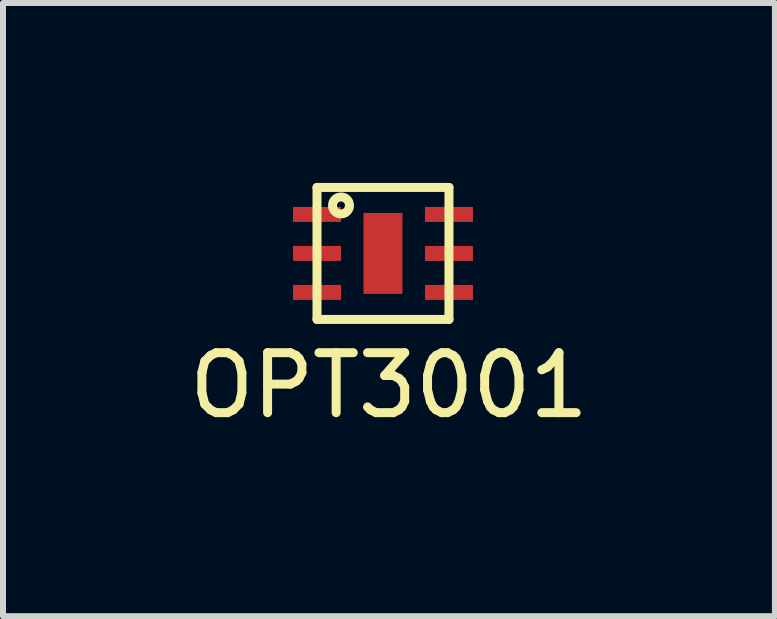
<source format=kicad_pcb>
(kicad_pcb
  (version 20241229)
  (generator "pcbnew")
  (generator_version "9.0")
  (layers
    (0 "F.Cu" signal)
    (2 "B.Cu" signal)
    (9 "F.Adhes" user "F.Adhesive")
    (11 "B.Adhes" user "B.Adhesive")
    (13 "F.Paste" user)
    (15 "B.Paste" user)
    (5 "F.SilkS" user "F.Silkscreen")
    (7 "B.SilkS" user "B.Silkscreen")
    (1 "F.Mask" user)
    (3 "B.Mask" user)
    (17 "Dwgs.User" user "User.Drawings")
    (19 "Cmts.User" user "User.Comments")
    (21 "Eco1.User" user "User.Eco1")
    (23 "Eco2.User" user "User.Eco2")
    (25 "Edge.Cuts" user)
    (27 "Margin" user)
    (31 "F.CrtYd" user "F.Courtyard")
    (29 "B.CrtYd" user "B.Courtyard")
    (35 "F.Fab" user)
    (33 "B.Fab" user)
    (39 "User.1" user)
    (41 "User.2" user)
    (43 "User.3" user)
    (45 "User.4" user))
  (footprint "OPT3001"
    (layer "F.Cu")
    (at 3.335 1.175)
    (property "Reference" "OPT3001" (at 0.1 2.2 0) (layer "F.SilkS") (effects (font (size 1 1) (thickness 0.15))))
    (attr through_hole)
    (fp_line (start -1.1 -1.1) (end -1.1 1.1) (stroke (width 0.15) (type solid)) (layer "F.SilkS"))
    (fp_line (start -1.1 1.1) (end 1.1 1.1) (stroke (width 0.15) (type solid)) (layer "F.SilkS"))
    (fp_line (start 1.1 -1.1) (end -1.1 -1.1) (stroke (width 0.15) (type solid)) (layer "F.SilkS"))
    (fp_line (start 1.1 1.1) (end 1.1 -1.1) (stroke (width 0.15) (type solid)) (layer "F.SilkS"))
    (fp_circle (center -0.7 -0.8) (end -0.6 -0.7) (stroke (width 0.15) (type solid)) (fill no) (layer "F.SilkS"))
    (pad "0" smd rect (at 0 0) (size 0.65 1.35) (layers "F.Cu" "F.Mask" "F.Paste"))
    (pad "1" smd rect (at -1.1 -0.65) (size 0.8 0.25) (layers "F.Cu" "F.Mask" "F.Paste"))
    (pad "2" smd rect (at -1.1 0) (size 0.8 0.25) (layers "F.Cu" "F.Mask" "F.Paste"))
    (pad "3" smd rect (at -1.1 0.65) (size 0.8 0.25) (layers "F.Cu" "F.Mask" "F.Paste"))
    (pad "4" smd rect (at 1.1 0.65) (size 0.8 0.25) (layers "F.Cu" "F.Mask" "F.Paste"))
    (pad "5" smd rect (at 1.1 0) (size 0.8 0.25) (layers "F.Cu" "F.Mask" "F.Paste"))
    (pad "6" smd rect (at 1.1 -0.65) (size 0.8 0.25) (layers "F.Cu" "F.Mask" "F.Paste")))
  (gr_rect
    (start -3 -3)
    (end 9.869 7.223)
    (stroke (width 0.1) (type default))
    (fill no)
    (layer "Edge.Cuts")))
</source>
